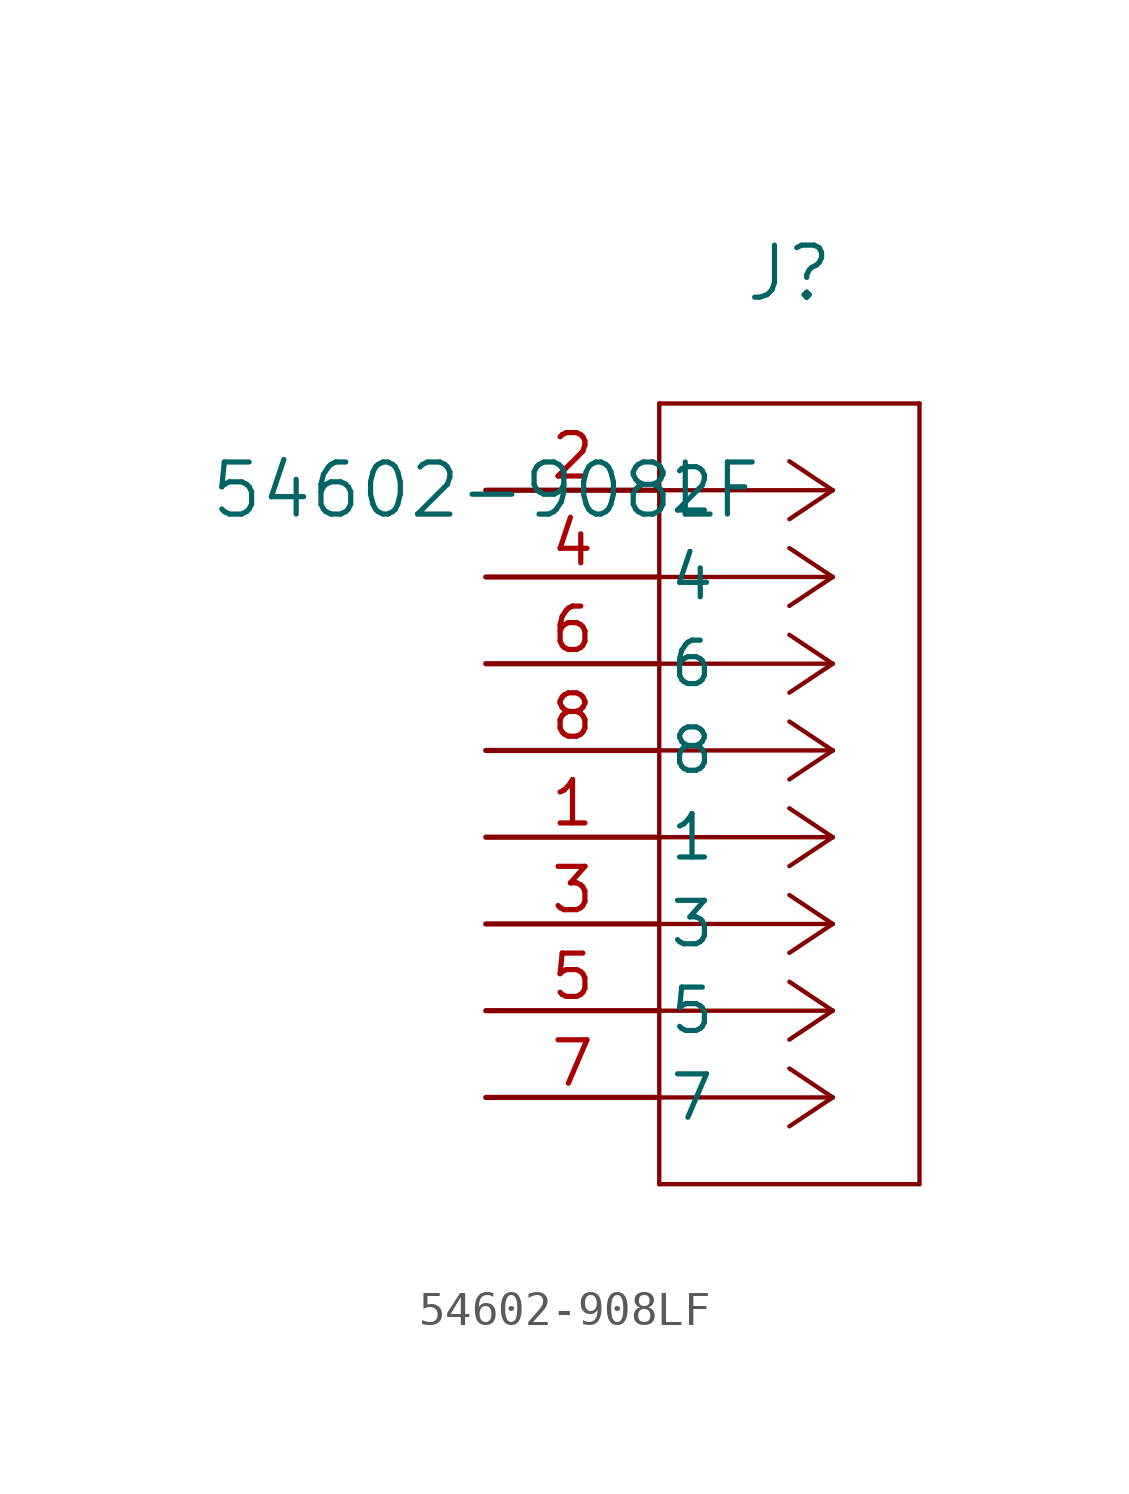
<source format=kicad_sym>
(kicad_symbol_lib
  (version 20211014)
  (generator kicad_symbol_editor)
  (symbol "54602-908LF"
    (pin_names
      (offset 0.254))
    (property "Reference" "J"
      (at 8.89 6.35 0)
      (effects (font (size 1.524 1.524))))
    (property "Value" "54602-908LF"
      (at 0 0 0)
      (effects (font (size 1.524 1.524))))
    (symbol "54602-908LF_0_1"
      (polyline (pts (xy 10.16 0) (xy 5.08 0)) (stroke (width 0.127) (type default) (color 0 0 0 0)) (fill (type none)))
      (polyline (pts (xy 10.16 -2.54) (xy 5.08 -2.54)) (stroke (width 0.127) (type default) (color 0 0 0 0)) (fill (type none)))
      (polyline (pts (xy 10.16 -5.08) (xy 5.08 -5.08)) (stroke (width 0.127) (type default) (color 0 0 0 0)) (fill (type none)))
      (polyline (pts (xy 10.16 -7.62) (xy 5.08 -7.62)) (stroke (width 0.127) (type default) (color 0 0 0 0)) (fill (type none)))
      (polyline (pts (xy 10.16 -10.16) (xy 5.08 -10.16)) (stroke (width 0.127) (type default) (color 0 0 0 0)) (fill (type none)))
      (polyline (pts (xy 10.16 -12.7) (xy 5.08 -12.7)) (stroke (width 0.127) (type default) (color 0 0 0 0)) (fill (type none)))
      (polyline (pts (xy 10.16 -15.24) (xy 5.08 -15.24)) (stroke (width 0.127) (type default) (color 0 0 0 0)) (fill (type none)))
      (polyline (pts (xy 10.16 -17.78) (xy 5.08 -17.78)) (stroke (width 0.127) (type default) (color 0 0 0 0)) (fill (type none)))
      (polyline (pts (xy 10.16 0) (xy 8.89 0.847)) (stroke (width 0.127) (type default) (color 0 0 0 0)) (fill (type none)))
      (polyline (pts (xy 10.16 -2.54) (xy 8.89 -1.693)) (stroke (width 0.127) (type default) (color 0 0 0 0)) (fill (type none)))
      (polyline (pts (xy 10.16 -5.08) (xy 8.89 -4.233)) (stroke (width 0.127) (type default) (color 0 0 0 0)) (fill (type none)))
      (polyline (pts (xy 10.16 -7.62) (xy 8.89 -6.773)) (stroke (width 0.127) (type default) (color 0 0 0 0)) (fill (type none)))
      (polyline (pts (xy 10.16 -10.16) (xy 8.89 -9.313)) (stroke (width 0.127) (type default) (color 0 0 0 0)) (fill (type none)))
      (polyline (pts (xy 10.16 -12.7) (xy 8.89 -11.853)) (stroke (width 0.127) (type default) (color 0 0 0 0)) (fill (type none)))
      (polyline (pts (xy 10.16 -15.24) (xy 8.89 -14.393)) (stroke (width 0.127) (type default) (color 0 0 0 0)) (fill (type none)))
      (polyline (pts (xy 10.16 -17.78) (xy 8.89 -16.933)) (stroke (width 0.127) (type default) (color 0 0 0 0)) (fill (type none)))
      (polyline (pts (xy 10.16 0) (xy 8.89 -0.847)) (stroke (width 0.127) (type default) (color 0 0 0 0)) (fill (type none)))
      (polyline (pts (xy 10.16 -2.54) (xy 8.89 -3.387)) (stroke (width 0.127) (type default) (color 0 0 0 0)) (fill (type none)))
      (polyline (pts (xy 10.16 -5.08) (xy 8.89 -5.927)) (stroke (width 0.127) (type default) (color 0 0 0 0)) (fill (type none)))
      (polyline (pts (xy 10.16 -7.62) (xy 8.89 -8.467)) (stroke (width 0.127) (type default) (color 0 0 0 0)) (fill (type none)))
      (polyline (pts (xy 10.16 -10.16) (xy 8.89 -11.007)) (stroke (width 0.127) (type default) (color 0 0 0 0)) (fill (type none)))
      (polyline (pts (xy 10.16 -12.7) (xy 8.89 -13.547)) (stroke (width 0.127) (type default) (color 0 0 0 0)) (fill (type none)))
      (polyline (pts (xy 10.16 -15.24) (xy 8.89 -16.087)) (stroke (width 0.127) (type default) (color 0 0 0 0)) (fill (type none)))
      (polyline (pts (xy 10.16 -17.78) (xy 8.89 -18.627)) (stroke (width 0.127) (type default) (color 0 0 0 0)) (fill (type none)))
      (polyline (pts (xy 5.08 2.54) (xy 5.08 -20.32)) (stroke (width 0.127) (type default) (color 0 0 0 0)) (fill (type none)))
      (polyline (pts (xy 5.08 -20.32) (xy 12.7 -20.32)) (stroke (width 0.127) (type default) (color 0 0 0 0)) (fill (type none)))
      (polyline (pts (xy 12.7 -20.32) (xy 12.7 2.54)) (stroke (width 0.127) (type default) (color 0 0 0 0)) (fill (type none)))
      (polyline (pts (xy 12.7 2.54) (xy 5.08 2.54)) (stroke (width 0.127) (type default) (color 0 0 0 0)) (fill (type none)))
      (pin unspecified line (at 0 0 0) (length 5.08) (name "2" (effects (font (size 1.27 1.27)))) (number "2" (effects (font (size 1.27 1.27)))))
      (pin unspecified line (at 0 -2.54 0) (length 5.08) (name "4" (effects (font (size 1.27 1.27)))) (number "4" (effects (font (size 1.27 1.27)))))
      (pin unspecified line (at 0 -5.08 0) (length 5.08) (name "6" (effects (font (size 1.27 1.27)))) (number "6" (effects (font (size 1.27 1.27)))))
      (pin unspecified line (at 0 -7.62 0) (length 5.08) (name "8" (effects (font (size 1.27 1.27)))) (number "8" (effects (font (size 1.27 1.27)))))
      (pin unspecified line (at 0 -10.16 0) (length 5.08) (name "1" (effects (font (size 1.27 1.27)))) (number "1" (effects (font (size 1.27 1.27)))))
      (pin unspecified line (at 0 -12.7 0) (length 5.08) (name "3" (effects (font (size 1.27 1.27)))) (number "3" (effects (font (size 1.27 1.27)))))
      (pin unspecified line (at 0 -15.24 0) (length 5.08) (name "5" (effects (font (size 1.27 1.27)))) (number "5" (effects (font (size 1.27 1.27)))))
      (pin unspecified line (at 0 -17.78 0) (length 5.08) (name "7" (effects (font (size 1.27 1.27)))) (number "7" (effects (font (size 1.27 1.27))))))))
</source>
